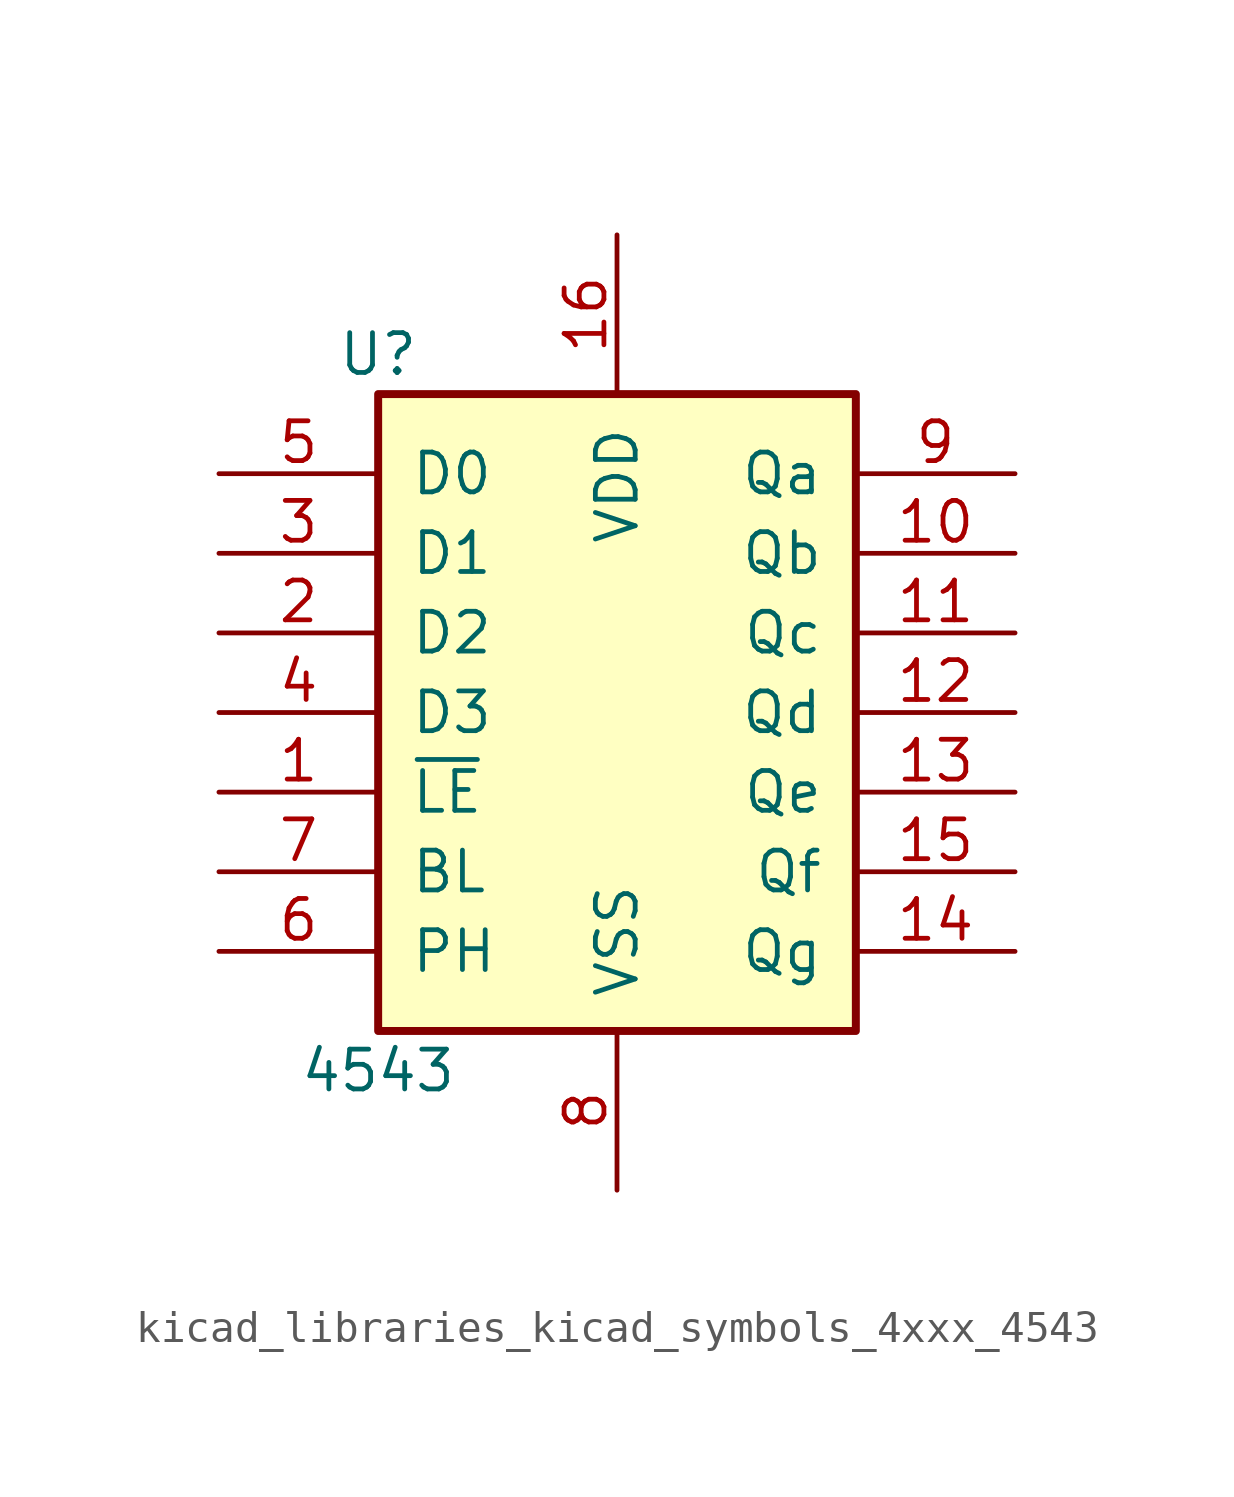
<source format=kicad_sym>
(kicad_symbol_lib
  (version 20220914)
  (generator kicad_symbol_editor)
  (symbol "kicad_libraries_kicad_symbols_4xxx_4543"
    (pin_names
      (offset 1.016))
    (property "Reference" "U"
      (at -7.62 11.43 0)
      (effects (font (size 1.27 1.27))))
    (property "Value" "4543"
      (at -7.62 -11.43 0)
      (effects (font (size 1.27 1.27))))
    (property "ki_locked" ""
      (at 0 0 0)
      (effects (font (size 1.27 1.27))))
    (symbol "kicad_libraries_kicad_symbols_4xxx_4543_1_0"
      (pin input line (at -12.7 -2.54 0) (length 5.08) (name "~{LE}" (effects (font (size 1.27 1.27)))) (number "1" (effects (font (size 1.27 1.27)))))
      (pin output line (at 12.7 5.08 180) (length 5.08) (name "Qb" (effects (font (size 1.27 1.27)))) (number "10" (effects (font (size 1.27 1.27)))))
      (pin output line (at 12.7 2.54 180) (length 5.08) (name "Qc" (effects (font (size 1.27 1.27)))) (number "11" (effects (font (size 1.27 1.27)))))
      (pin output line (at 12.7 0 180) (length 5.08) (name "Qd" (effects (font (size 1.27 1.27)))) (number "12" (effects (font (size 1.27 1.27)))))
      (pin output line (at 12.7 -2.54 180) (length 5.08) (name "Qe" (effects (font (size 1.27 1.27)))) (number "13" (effects (font (size 1.27 1.27)))))
      (pin output line (at 12.7 -7.62 180) (length 5.08) (name "Qg" (effects (font (size 1.27 1.27)))) (number "14" (effects (font (size 1.27 1.27)))))
      (pin output line (at 12.7 -5.08 180) (length 5.08) (name "Qf" (effects (font (size 1.27 1.27)))) (number "15" (effects (font (size 1.27 1.27)))))
      (pin power_in line (at 0 15.24 270) (length 5.08) (name "VDD" (effects (font (size 1.27 1.27)))) (number "16" (effects (font (size 1.27 1.27)))))
      (pin input line (at -12.7 2.54 0) (length 5.08) (name "D2" (effects (font (size 1.27 1.27)))) (number "2" (effects (font (size 1.27 1.27)))))
      (pin input line (at -12.7 5.08 0) (length 5.08) (name "D1" (effects (font (size 1.27 1.27)))) (number "3" (effects (font (size 1.27 1.27)))))
      (pin input line (at -12.7 0 0) (length 5.08) (name "D3" (effects (font (size 1.27 1.27)))) (number "4" (effects (font (size 1.27 1.27)))))
      (pin input line (at -12.7 7.62 0) (length 5.08) (name "D0" (effects (font (size 1.27 1.27)))) (number "5" (effects (font (size 1.27 1.27)))))
      (pin input line (at -12.7 -7.62 0) (length 5.08) (name "PH" (effects (font (size 1.27 1.27)))) (number "6" (effects (font (size 1.27 1.27)))))
      (pin input line (at -12.7 -5.08 0) (length 5.08) (name "BL" (effects (font (size 1.27 1.27)))) (number "7" (effects (font (size 1.27 1.27)))))
      (pin power_in line (at 0 -15.24 90) (length 5.08) (name "VSS" (effects (font (size 1.27 1.27)))) (number "8" (effects (font (size 1.27 1.27)))))
      (pin output line (at 12.7 7.62 180) (length 5.08) (name "Qa" (effects (font (size 1.27 1.27)))) (number "9" (effects (font (size 1.27 1.27))))))
    (symbol "kicad_libraries_kicad_symbols_4xxx_4543_1_1"
      (rectangle (start -7.62 10.16) (end 7.62 -10.16) (stroke (width 0.254) (type default)) (fill (type background))))))
</source>
